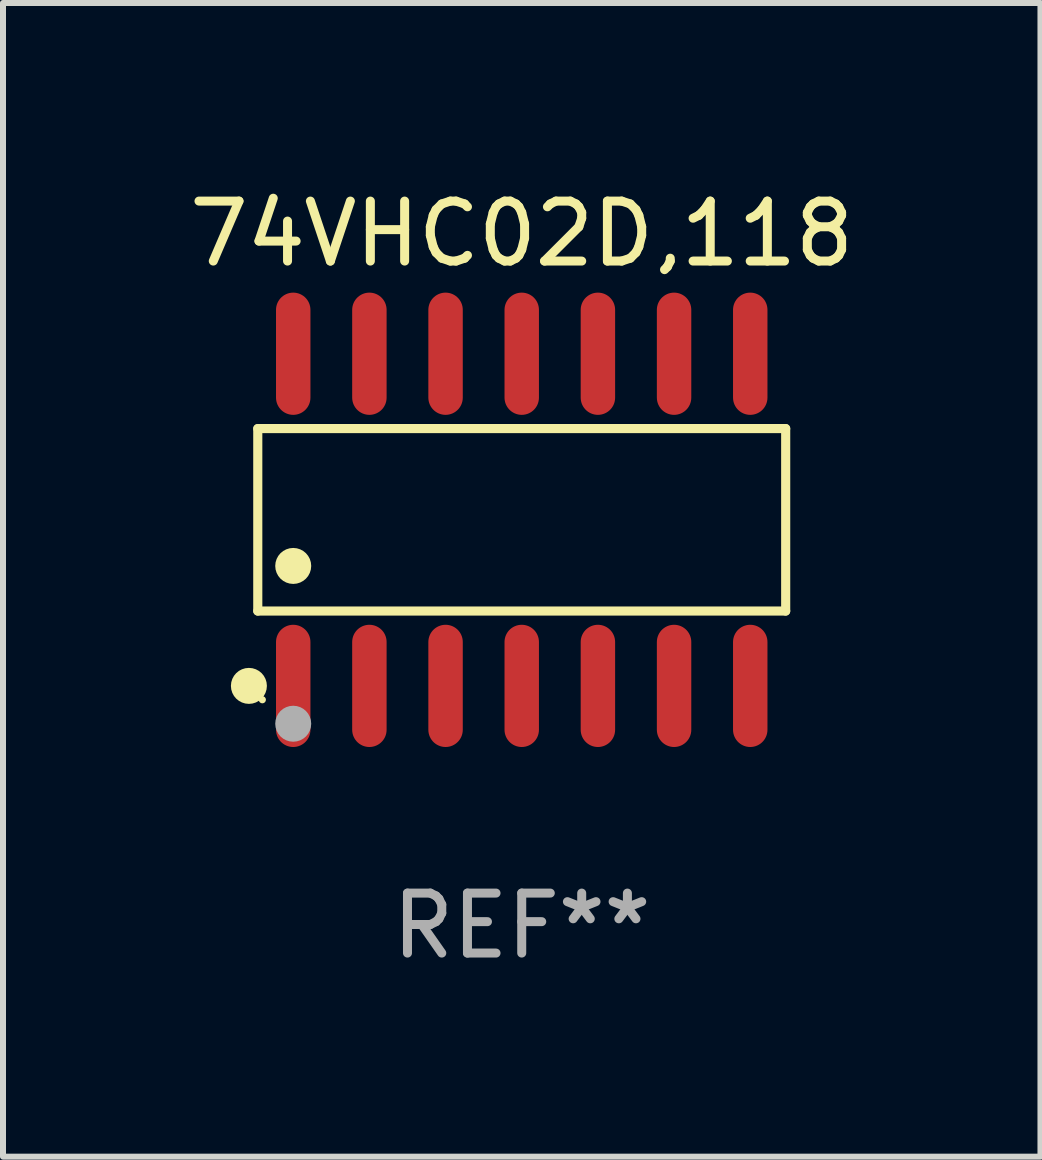
<source format=kicad_pcb>
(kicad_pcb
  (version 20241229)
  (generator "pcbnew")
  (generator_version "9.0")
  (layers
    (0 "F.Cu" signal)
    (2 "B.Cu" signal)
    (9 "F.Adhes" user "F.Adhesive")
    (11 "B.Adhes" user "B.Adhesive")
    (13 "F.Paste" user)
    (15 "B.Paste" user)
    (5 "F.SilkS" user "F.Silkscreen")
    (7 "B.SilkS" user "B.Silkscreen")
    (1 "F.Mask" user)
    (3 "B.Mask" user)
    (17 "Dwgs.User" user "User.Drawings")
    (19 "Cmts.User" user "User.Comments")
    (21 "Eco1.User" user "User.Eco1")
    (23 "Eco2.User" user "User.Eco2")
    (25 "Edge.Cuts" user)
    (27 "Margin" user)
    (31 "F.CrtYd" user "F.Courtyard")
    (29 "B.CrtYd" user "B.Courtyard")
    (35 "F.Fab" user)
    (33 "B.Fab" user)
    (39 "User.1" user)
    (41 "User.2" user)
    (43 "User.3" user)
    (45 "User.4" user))
  (footprint "74VHC02D,118"
    (layer "F.Cu")
    (at 5.649 5.617)
    (property "Reference" "74VHC02D,118" (at 0 -4.769 0) (layer "F.SilkS") (effects (font (size 1 1) (thickness 0.15))))
    (attr through_hole)
    (fp_line (start -4.401 -1.521) (end 4.401 -1.521) (stroke (width 0.152) (type solid)) (layer "F.SilkS"))
    (fp_line (start -4.401 1.521) (end -4.401 -1.521) (stroke (width 0.152) (type solid)) (layer "F.SilkS"))
    (fp_line (start 4.401 -1.521) (end 4.401 1.521) (stroke (width 0.152) (type solid)) (layer "F.SilkS"))
    (fp_line (start 4.401 1.521) (end -4.401 1.521) (stroke (width 0.152) (type solid)) (layer "F.SilkS"))
    (fp_circle (center -4.549 2.769) (end -4.399 2.769) (stroke (width 0.3) (type solid)) (fill no) (layer "F.SilkS"))
    (fp_circle (center -4.325 3) (end -4.295 3) (stroke (width 0.06) (type solid)) (fill no) (layer "F.SilkS"))
    (fp_circle (center -3.81 0.769) (end -3.66 0.769) (stroke (width 0.3) (type solid)) (fill no) (layer "F.SilkS"))
    (fp_circle (center -3.81 3.4) (end -3.66 3.4) (stroke (width 0.3) (type solid)) (fill no) (layer "F.Fab"))
    (fp_text user "REF**" (at 0 6.769 0) (layer "F.Fab") (effects (font (size 1 1) (thickness 0.15))))
    (pad "1" smd oval (at -3.81 2.769) (size 0.574 2.038) (layers "F.Cu" "F.Mask" "F.Paste"))
    (pad "2" smd oval (at -2.54 2.769) (size 0.574 2.038) (layers "F.Cu" "F.Mask" "F.Paste"))
    (pad "3" smd oval (at -1.27 2.769) (size 0.574 2.038) (layers "F.Cu" "F.Mask" "F.Paste"))
    (pad "4" smd oval (at 0 2.769) (size 0.574 2.038) (layers "F.Cu" "F.Mask" "F.Paste"))
    (pad "5" smd oval (at 1.27 2.769) (size 0.574 2.038) (layers "F.Cu" "F.Mask" "F.Paste"))
    (pad "6" smd oval (at 2.54 2.769) (size 0.574 2.038) (layers "F.Cu" "F.Mask" "F.Paste"))
    (pad "7" smd oval (at 3.81 2.769) (size 0.574 2.038) (layers "F.Cu" "F.Mask" "F.Paste"))
    (pad "8" smd oval (at 3.81 -2.769) (size 0.574 2.038) (layers "F.Cu" "F.Mask" "F.Paste"))
    (pad "9" smd oval (at 2.54 -2.769) (size 0.574 2.038) (layers "F.Cu" "F.Mask" "F.Paste"))
    (pad "10" smd oval (at 1.27 -2.769) (size 0.574 2.038) (layers "F.Cu" "F.Mask" "F.Paste"))
    (pad "11" smd oval (at 0 -2.769) (size 0.574 2.038) (layers "F.Cu" "F.Mask" "F.Paste"))
    (pad "12" smd oval (at -1.27 -2.769) (size 0.574 2.038) (layers "F.Cu" "F.Mask" "F.Paste"))
    (pad "13" smd oval (at -2.54 -2.769) (size 0.574 2.038) (layers "F.Cu" "F.Mask" "F.Paste"))
    (pad "14" smd oval (at -3.81 -2.769) (size 0.574 2.038) (layers "F.Cu" "F.Mask" "F.Paste")))
  (gr_rect
    (start -3 -3)
    (end 14.298 16.235)
    (stroke (width 0.1) (type default))
    (fill no)
    (layer "Edge.Cuts")))
</source>
